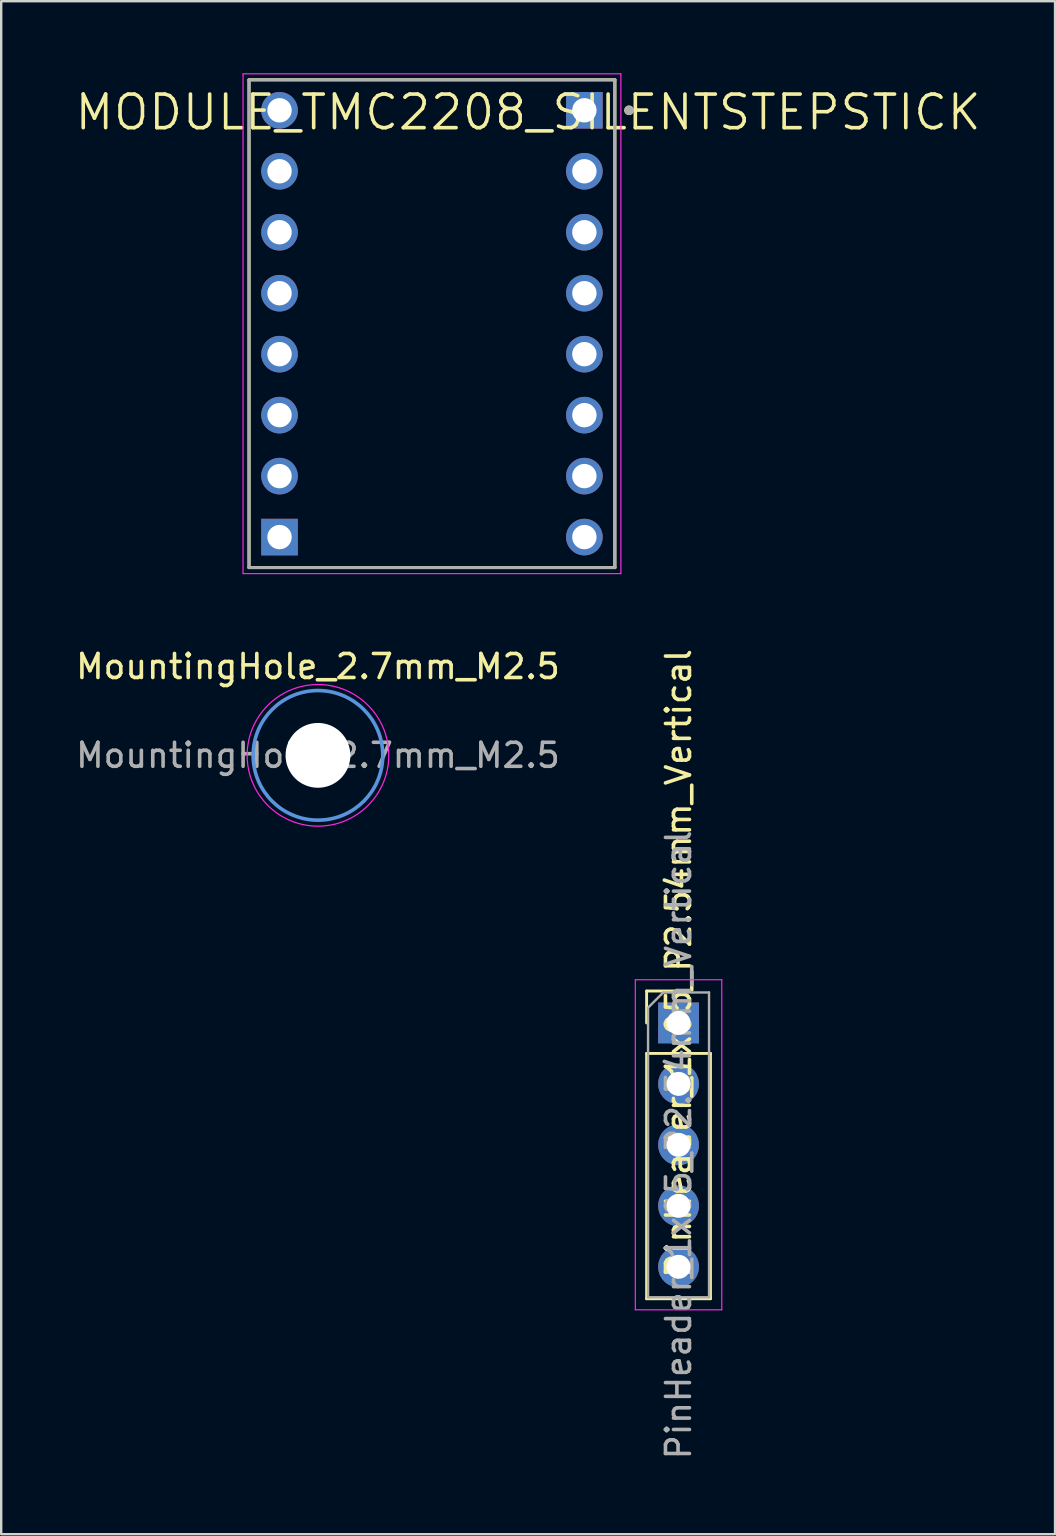
<source format=kicad_pcb>
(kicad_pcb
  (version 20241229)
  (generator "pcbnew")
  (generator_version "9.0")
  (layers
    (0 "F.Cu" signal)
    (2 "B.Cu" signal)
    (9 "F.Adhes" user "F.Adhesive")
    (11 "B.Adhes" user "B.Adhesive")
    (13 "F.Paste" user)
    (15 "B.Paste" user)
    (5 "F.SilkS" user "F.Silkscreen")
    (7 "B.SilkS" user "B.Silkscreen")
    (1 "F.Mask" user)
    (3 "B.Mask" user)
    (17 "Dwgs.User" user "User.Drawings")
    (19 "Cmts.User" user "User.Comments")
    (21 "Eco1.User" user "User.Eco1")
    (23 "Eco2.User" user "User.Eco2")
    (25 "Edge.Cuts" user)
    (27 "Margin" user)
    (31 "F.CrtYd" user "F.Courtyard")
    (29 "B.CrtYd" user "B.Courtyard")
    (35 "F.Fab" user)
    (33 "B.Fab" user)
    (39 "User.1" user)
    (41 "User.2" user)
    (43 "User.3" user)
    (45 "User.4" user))
  (footprint "MountingHole_2.7mm_M2.5"
    (layer "F.Cu")
    (at 10.196 28.418)
    (property "Reference" "MountingHole_2.7mm_M2.5" (at 0 -3.7 0) (layer "F.SilkS") (effects (font (size 1 1) (thickness 0.15))))
    (attr exclude_from_pos_files)
    (fp_circle (center 0 0) (end 2.7 0) (stroke (width 0.15) (type solid)) (fill no) (layer "Cmts.User"))
    (fp_circle (center 0 0) (end 2.95 0) (stroke (width 0.05) (type solid)) (fill no) (layer "F.CrtYd"))
    (fp_text user "${REFERENCE}" (at 0 0 0) (layer "F.Fab") (effects (font (size 1 1) (thickness 0.15))))
    (pad "" np_thru_hole circle (at 0 0) (size 2.7 2.7) (drill 2.7) (layers "*.Cu" "*.Mask")))
  (footprint "MODULE_TMC2208_SILENTSTEPSTICK"
    (layer "F.Cu")
    (at 14.945 10.435)
    (property "Reference" "MODULE_TMC2208_SILENTSTEPSTICK" (at 4.006 -8.807 180) (layer "F.SilkS") (effects (font (size 1.4 1.4) (thickness 0.15))))
    (attr through_hole)
    (fp_line (start -7.62 -10.16) (end -7.62 10.16) (stroke (width 0.127) (type solid)) (layer "F.SilkS"))
    (fp_line (start -7.62 10.16) (end 7.62 10.16) (stroke (width 0.127) (type solid)) (layer "F.SilkS"))
    (fp_line (start 7.62 -10.16) (end -7.62 -10.16) (stroke (width 0.127) (type solid)) (layer "F.SilkS"))
    (fp_line (start 7.62 10.16) (end 7.62 -10.16) (stroke (width 0.127) (type solid)) (layer "F.SilkS"))
    (fp_circle (center 8.21 -8.89) (end 8.31 -8.89) (stroke (width 0.2) (type solid)) (fill no) (layer "F.SilkS"))
    (fp_line (start -7.87 -10.41) (end -7.87 10.41) (stroke (width 0.05) (type solid)) (layer "F.CrtYd"))
    (fp_line (start -7.87 -10.41) (end 7.87 -10.41) (stroke (width 0.05) (type solid)) (layer "F.CrtYd"))
    (fp_line (start -7.87 10.41) (end 7.87 10.41) (stroke (width 0.05) (type solid)) (layer "F.CrtYd"))
    (fp_line (start 7.87 -10.41) (end 7.87 10.41) (stroke (width 0.05) (type solid)) (layer "F.CrtYd"))
    (fp_line (start -7.62 -10.16) (end -7.62 10.16) (stroke (width 0.127) (type solid)) (layer "F.Fab"))
    (fp_line (start -7.62 10.16) (end 7.62 10.16) (stroke (width 0.127) (type solid)) (layer "F.Fab"))
    (fp_line (start 7.62 -10.16) (end -7.62 -10.16) (stroke (width 0.127) (type solid)) (layer "F.Fab"))
    (fp_line (start 7.62 10.16) (end 7.62 -10.16) (stroke (width 0.127) (type solid)) (layer "F.Fab"))
    (fp_circle (center 8.21 -8.89) (end 8.31 -8.89) (stroke (width 0.2) (type solid)) (fill no) (layer "F.Fab"))
    (pad "JP1_1" thru_hole rect (at 6.35 -8.89) (size 1.524 1.524) (drill 1.016) (layers "*.Cu" "*.Mask"))
    (pad "JP1_2" thru_hole circle (at 6.35 -6.35) (size 1.524 1.524) (drill 1.016) (layers "*.Cu" "*.Mask"))
    (pad "JP1_3" thru_hole circle (at 6.35 -3.81) (size 1.524 1.524) (drill 1.016) (layers "*.Cu" "*.Mask"))
    (pad "JP1_4" thru_hole circle (at 6.35 -1.27) (size 1.524 1.524) (drill 1.016) (layers "*.Cu" "*.Mask"))
    (pad "JP1_5" thru_hole circle (at 6.35 1.27) (size 1.524 1.524) (drill 1.016) (layers "*.Cu" "*.Mask"))
    (pad "JP1_6" thru_hole circle (at 6.35 3.81) (size 1.524 1.524) (drill 1.016) (layers "*.Cu" "*.Mask"))
    (pad "JP1_7" thru_hole circle (at 6.35 6.35) (size 1.524 1.524) (drill 1.016) (layers "*.Cu" "*.Mask"))
    (pad "JP1_8" thru_hole circle (at 6.35 8.89) (size 1.524 1.524) (drill 1.016) (layers "*.Cu" "*.Mask"))
    (pad "JP2_1" thru_hole rect (at -6.35 8.89) (size 1.524 1.524) (drill 1.016) (layers "*.Cu" "*.Mask"))
    (pad "JP2_2" thru_hole circle (at -6.35 6.35) (size 1.524 1.524) (drill 1.016) (layers "*.Cu" "*.Mask"))
    (pad "JP2_3" thru_hole circle (at -6.35 3.81) (size 1.524 1.524) (drill 1.016) (layers "*.Cu" "*.Mask"))
    (pad "JP2_4" thru_hole circle (at -6.35 1.27) (size 1.524 1.524) (drill 1.016) (layers "*.Cu" "*.Mask"))
    (pad "JP2_5" thru_hole circle (at -6.35 -1.27) (size 1.524 1.524) (drill 1.016) (layers "*.Cu" "*.Mask"))
    (pad "JP2_6" thru_hole circle (at -6.35 -3.81) (size 1.524 1.524) (drill 1.016) (layers "*.Cu" "*.Mask"))
    (pad "JP2_7" thru_hole circle (at -6.35 -6.35) (size 1.524 1.524) (drill 1.016) (layers "*.Cu" "*.Mask"))
    (pad "JP2_8" thru_hole circle (at -6.35 -8.89) (size 1.524 1.524) (drill 1.016) (layers "*.Cu" "*.Mask")))
  (footprint "PinHeader_1x05_P2.54mm_Vertical"
    (layer "F.Cu")
    (at 25.218 39.565)
    (property "Reference" "PinHeader_1x05_P2.54mm_Vertical" (at 0 -2.475 270) (layer "F.SilkS") (effects (font (size 1 1) (thickness 0.15))))
    (attr through_hole)
    (fp_line (start -1.33 -1.33) (end 0 -1.33) (stroke (width 0.12) (type solid)) (layer "F.SilkS"))
    (fp_line (start -1.33 0) (end -1.33 -1.33) (stroke (width 0.12) (type solid)) (layer "F.SilkS"))
    (fp_line (start -1.33 1.27) (end -1.33 11.49) (stroke (width 0.12) (type solid)) (layer "F.SilkS"))
    (fp_line (start -1.33 1.27) (end 1.33 1.27) (stroke (width 0.12) (type solid)) (layer "F.SilkS"))
    (fp_line (start -1.33 11.49) (end 1.33 11.49) (stroke (width 0.12) (type solid)) (layer "F.SilkS"))
    (fp_line (start 1.33 1.27) (end 1.33 11.49) (stroke (width 0.12) (type solid)) (layer "F.SilkS"))
    (fp_line (start -1.8 -1.8) (end -1.8 11.95) (stroke (width 0.05) (type solid)) (layer "F.CrtYd"))
    (fp_line (start -1.8 11.95) (end 1.8 11.95) (stroke (width 0.05) (type solid)) (layer "F.CrtYd"))
    (fp_line (start 1.8 -1.8) (end -1.8 -1.8) (stroke (width 0.05) (type solid)) (layer "F.CrtYd"))
    (fp_line (start 1.8 11.95) (end 1.8 -1.8) (stroke (width 0.05) (type solid)) (layer "F.CrtYd"))
    (fp_line (start -1.27 -0.635) (end -0.635 -1.27) (stroke (width 0.1) (type solid)) (layer "F.Fab"))
    (fp_line (start -1.27 11.43) (end -1.27 -0.635) (stroke (width 0.1) (type solid)) (layer "F.Fab"))
    (fp_line (start -0.635 -1.27) (end 1.27 -1.27) (stroke (width 0.1) (type solid)) (layer "F.Fab"))
    (fp_line (start 1.27 -1.27) (end 1.27 11.43) (stroke (width 0.1) (type solid)) (layer "F.Fab"))
    (fp_line (start 1.27 11.43) (end -1.27 11.43) (stroke (width 0.1) (type solid)) (layer "F.Fab"))
    (fp_text user "${REFERENCE}" (at 0 5.08 270) (layer "F.Fab") (effects (font (size 1 1) (thickness 0.15))))
    (pad "1" thru_hole rect (at 0 0) (size 1.7 1.7) (drill 1) (layers "*.Cu" "*.Mask"))
    (pad "2" thru_hole oval (at 0 2.54) (size 1.7 1.7) (drill 1) (layers "*.Cu" "*.Mask"))
    (pad "3" thru_hole oval (at 0 5.08) (size 1.7 1.7) (drill 1) (layers "*.Cu" "*.Mask"))
    (pad "4" thru_hole oval (at 0 7.62) (size 1.7 1.7) (drill 1) (layers "*.Cu" "*.Mask"))
    (pad "5" thru_hole oval (at 0 10.16) (size 1.7 1.7) (drill 1) (layers "*.Cu" "*.Mask")))
  (gr_rect
    (start -3 -3)
    (end 40.903 60.865)
    (stroke (width 0.1) (type default))
    (fill no)
    (layer "Edge.Cuts")))
</source>
